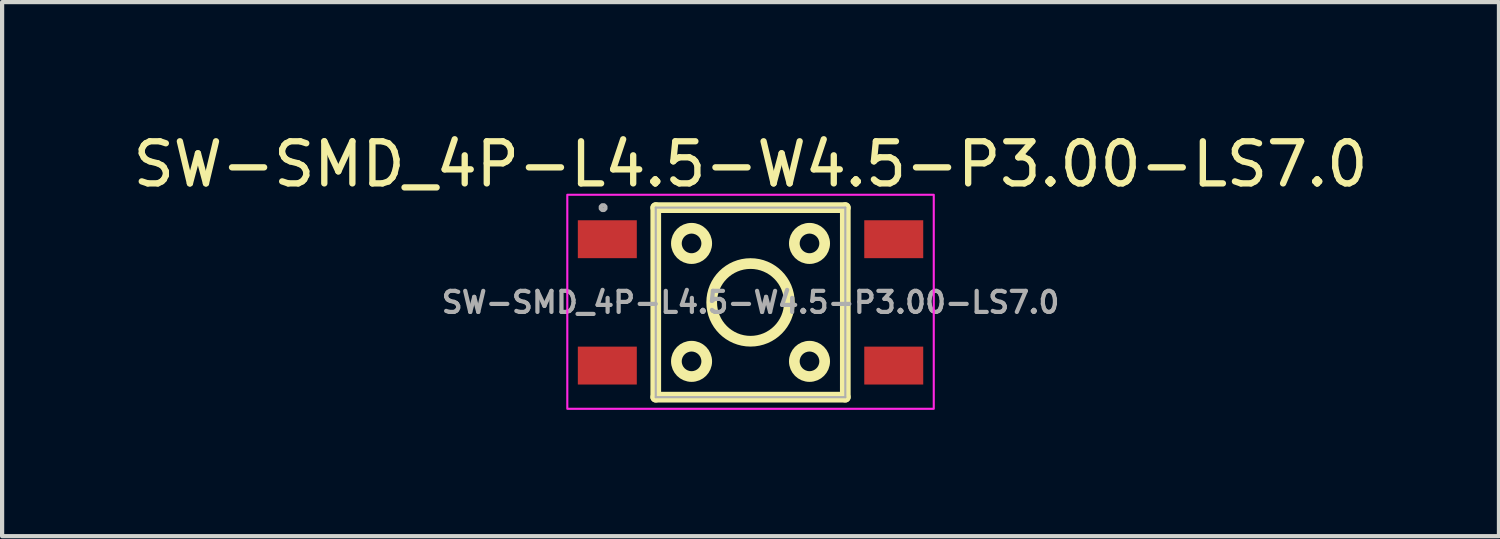
<source format=kicad_pcb>
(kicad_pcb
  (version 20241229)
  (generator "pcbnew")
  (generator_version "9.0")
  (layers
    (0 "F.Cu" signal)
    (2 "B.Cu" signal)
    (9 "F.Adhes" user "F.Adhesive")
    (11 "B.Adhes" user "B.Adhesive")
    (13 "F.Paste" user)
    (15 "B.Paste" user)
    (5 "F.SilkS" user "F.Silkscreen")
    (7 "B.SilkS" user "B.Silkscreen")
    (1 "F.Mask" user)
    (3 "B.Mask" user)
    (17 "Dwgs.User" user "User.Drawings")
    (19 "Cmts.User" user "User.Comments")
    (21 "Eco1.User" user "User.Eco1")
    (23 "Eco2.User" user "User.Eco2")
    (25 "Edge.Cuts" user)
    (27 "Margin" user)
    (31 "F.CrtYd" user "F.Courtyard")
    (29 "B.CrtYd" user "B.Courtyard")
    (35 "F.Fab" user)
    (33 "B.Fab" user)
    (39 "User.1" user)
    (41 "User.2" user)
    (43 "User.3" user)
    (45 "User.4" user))
  (footprint "SW-SMD_4P-L4.5-W4.5-P3.00-LS7.0"
    (layer "F.Cu")
    (at 14.768 4.129)
    (property "Reference" "SW-SMD_4P-L4.5-W4.5-P3.00-LS7.0" (at 0 -3.28 0) (layer "F.SilkS") (effects (font (size 1 1) (thickness 0.15))))
    (fp_line (start -2.25 -2.25) (end 2.25 -2.25) (stroke (width 0.254) (type default)) (layer "F.SilkS"))
    (fp_line (start -2.25 2.25) (end -2.25 -2.25) (stroke (width 0.254) (type default)) (layer "F.SilkS"))
    (fp_line (start 2.25 -2.25) (end 2.25 2.25) (stroke (width 0.254) (type default)) (layer "F.SilkS"))
    (fp_line (start 2.25 2.25) (end -2.25 2.25) (stroke (width 0.254) (type default)) (layer "F.SilkS"))
    (fp_circle (center -1.4 -1.4) (end -1.04 -1.4) (stroke (width 0.254) (type default)) (fill no) (layer "F.SilkS"))
    (fp_circle (center -1.4 1.4) (end -1.04 1.4) (stroke (width 0.254) (type default)) (fill no) (layer "F.SilkS"))
    (fp_circle (center 0 0) (end 0.922 0) (stroke (width 0.254) (type default)) (fill no) (layer "F.SilkS"))
    (fp_circle (center 1.4 -1.4) (end 1.76 -1.4) (stroke (width 0.254) (type default)) (fill no) (layer "F.SilkS"))
    (fp_circle (center 1.4 1.4) (end 1.76 1.4) (stroke (width 0.254) (type default)) (fill no) (layer "F.SilkS"))
    (fp_rect (start -4.35 -2.555) (end 4.35 2.526) (stroke (width 0.05) (type default)) (fill no) (layer "F.CrtYd"))
    (fp_line (start -2.25 -2.25) (end 2.25 -2.25) (stroke (width 0.051) (type default)) (layer "F.Fab"))
    (fp_line (start -2.25 2.25) (end -2.25 -2.25) (stroke (width 0.051) (type default)) (layer "F.Fab"))
    (fp_line (start 2.25 -2.25) (end 2.25 2.25) (stroke (width 0.051) (type default)) (layer "F.Fab"))
    (fp_line (start 2.25 2.25) (end -2.25 2.25) (stroke (width 0.051) (type default)) (layer "F.Fab"))
    (fp_poly (pts (xy -3.445 -2.273) (xy -3.477 -2.305) (xy -3.523 -2.305) (xy -3.555 -2.273) (xy -3.555 -2.227) (xy -3.523 -2.195) (xy -3.477 -2.195) (xy -3.445 -2.227)) (stroke (width 0.1) (type default)) (fill no) (layer "F.Fab"))
    (fp_poly (pts (xy -3.5 -1.15) (xy -3.5 -1.85) (xy -3 -1.85) (xy -3 -1.15)) (stroke (width 0.1) (type default)) (fill no) (layer "User.1"))
    (fp_poly (pts (xy -3.5 1.85) (xy -3.5 1.15) (xy -3 1.15) (xy -3 1.85)) (stroke (width 0.1) (type default)) (fill no) (layer "User.1"))
    (fp_poly (pts (xy -3.01 -1.15) (xy -3.01 -1.85) (xy -2.24 -1.85) (xy -2.24 -1.15)) (stroke (width 0.1) (type default)) (fill no) (layer "User.1"))
    (fp_poly (pts (xy -3.01 1.85) (xy -3.01 1.15) (xy -2.24 1.15) (xy -2.24 1.85)) (stroke (width 0.1) (type default)) (fill no) (layer "User.1"))
    (fp_poly (pts (xy 2.24 -1.15) (xy 2.24 -1.85) (xy 3.01 -1.85) (xy 3.01 -1.15)) (stroke (width 0.1) (type default)) (fill no) (layer "User.1"))
    (fp_poly (pts (xy 2.24 1.85) (xy 2.24 1.15) (xy 3.01 1.15) (xy 3.01 1.85)) (stroke (width 0.1) (type default)) (fill no) (layer "User.1"))
    (fp_poly (pts (xy 3 -1.15) (xy 3 -1.85) (xy 3.5 -1.85) (xy 3.5 -1.15)) (stroke (width 0.1) (type default)) (fill no) (layer "User.1"))
    (fp_poly (pts (xy 3 1.85) (xy 3 1.15) (xy 3.5 1.15) (xy 3.5 1.85)) (stroke (width 0.1) (type default)) (fill no) (layer "User.1"))
    (fp_text user "${REFERENCE}" (at 0 0 0) (layer "F.Fab") (effects (font (size 0.5 0.5) (thickness 0.1))))
    (pad "1" smd rect (at -3.4 -1.5) (size 1.4 0.9) (layers "F.Cu" "F.Mask" "F.Paste"))
    (pad "2" smd rect (at 3.4 -1.5) (size 1.4 0.9) (layers "F.Cu" "F.Mask" "F.Paste"))
    (pad "3" smd rect (at -3.4 1.5) (size 1.4 0.9) (layers "F.Cu" "F.Mask" "F.Paste"))
    (pad "4" smd rect (at 3.4 1.5) (size 1.4 0.9) (layers "F.Cu" "F.Mask" "F.Paste")))
  (gr_rect
    (start -3 -3)
    (end 32.536 9.679)
    (stroke (width 0.1) (type default))
    (fill no)
    (layer "Edge.Cuts")))
</source>
